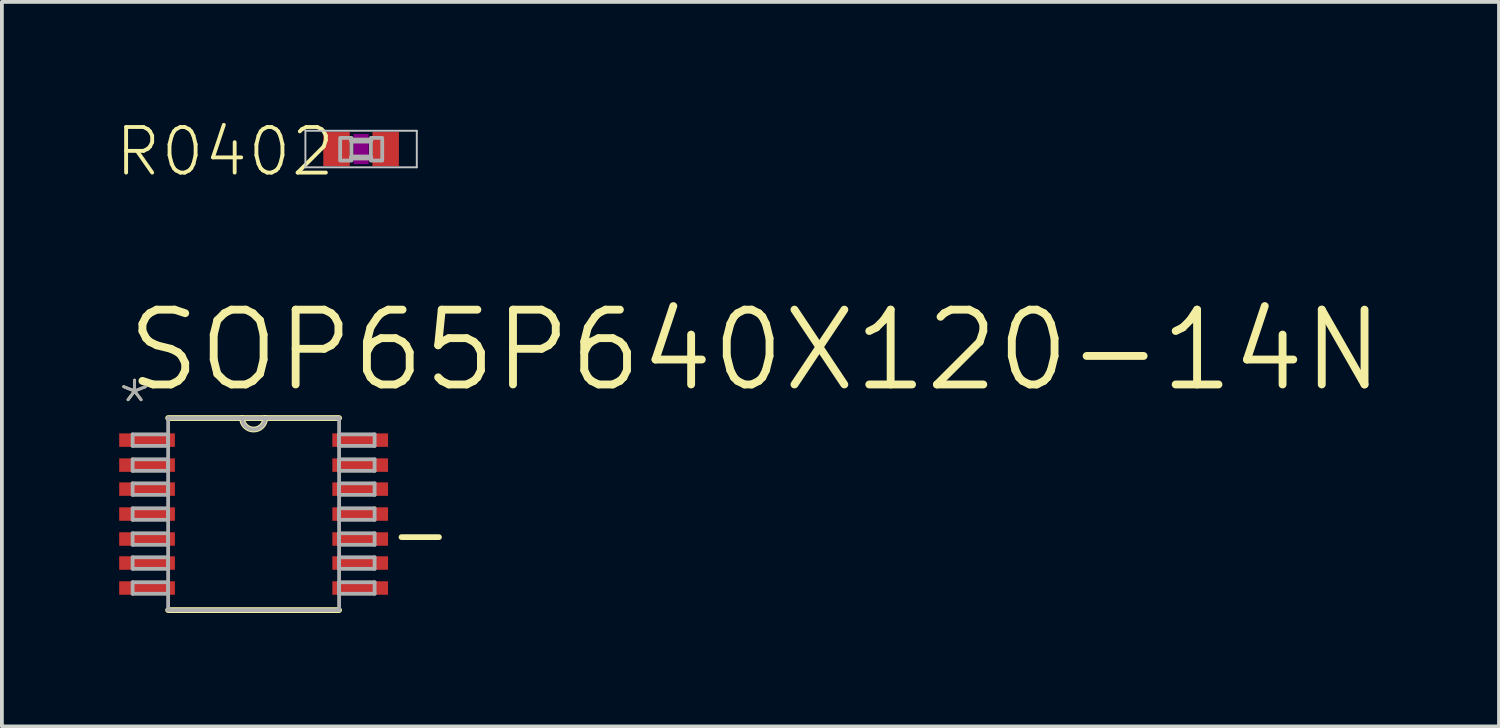
<source format=kicad_pcb>
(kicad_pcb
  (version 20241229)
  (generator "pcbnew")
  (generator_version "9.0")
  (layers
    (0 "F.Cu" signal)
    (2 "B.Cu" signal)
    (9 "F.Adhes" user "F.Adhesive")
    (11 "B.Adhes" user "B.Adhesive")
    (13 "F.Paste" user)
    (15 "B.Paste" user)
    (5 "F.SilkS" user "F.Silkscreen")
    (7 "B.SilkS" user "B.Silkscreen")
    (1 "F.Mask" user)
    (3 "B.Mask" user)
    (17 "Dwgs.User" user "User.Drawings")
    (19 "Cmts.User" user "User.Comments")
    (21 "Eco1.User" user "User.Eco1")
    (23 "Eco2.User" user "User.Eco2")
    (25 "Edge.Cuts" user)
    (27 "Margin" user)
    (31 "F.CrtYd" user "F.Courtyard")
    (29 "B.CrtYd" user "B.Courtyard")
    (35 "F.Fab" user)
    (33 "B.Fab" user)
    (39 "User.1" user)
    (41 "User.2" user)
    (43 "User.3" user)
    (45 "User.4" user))
  (footprint "R0402"
    (layer "F.Cu")
    (at 6.501 0.892)
    (property "Reference" "R0402" (at -0.635 -0.635 0) (layer "F.SilkS") (effects (font (size 1.206 1.206) (thickness 0.102)) (justify right top)))
    (attr through_hole)
    (fp_poly (pts (xy -0.2 0.4) (xy 0.2 0.4) (xy 0.2 -0.4) (xy -0.2 -0.4)) (stroke (width 0) (type solid)) (fill yes) (layer "F.Adhes"))
    (fp_line (start -1.473 -0.483) (end 1.473 -0.483) (stroke (width 0.051) (type solid)) (layer "Dwgs.User"))
    (fp_line (start -1.473 0.483) (end -1.473 -0.483) (stroke (width 0.051) (type solid)) (layer "Dwgs.User"))
    (fp_line (start 1.473 -0.483) (end 1.473 0.483) (stroke (width 0.051) (type solid)) (layer "Dwgs.User"))
    (fp_line (start 1.473 0.483) (end -1.473 0.483) (stroke (width 0.051) (type solid)) (layer "Dwgs.User"))
    (fp_line (start -0.245 -0.224) (end 0.245 -0.224) (stroke (width 0.152) (type solid)) (layer "F.Fab"))
    (fp_line (start 0.245 0.224) (end -0.245 0.224) (stroke (width 0.152) (type solid)) (layer "F.Fab"))
    (fp_poly (pts (xy -0.554 0.305) (xy -0.254 0.305) (xy -0.254 -0.295) (xy -0.554 -0.295)) (stroke (width 0.1) (type solid)) (fill no) (layer "F.Fab"))
    (fp_poly (pts (xy 0.259 0.305) (xy 0.559 0.305) (xy 0.559 -0.295) (xy 0.259 -0.295)) (stroke (width 0.1) (type solid)) (fill no) (layer "F.Fab"))
    (pad "1" smd rect (at -0.65 0) (size 0.7 0.9) (layers "F.Cu" "F.Mask" "F.Paste"))
    (pad "2" smd rect (at 0.65 0) (size 0.7 0.9) (layers "F.Cu" "F.Mask" "F.Paste")))
  (footprint "SOP65P640X120-14N"
    (layer "F.Cu")
    (at 3.658 10.547)
    (property "Reference" "SOP65P640X120-14N" (at -3.454 -3.175 0) (layer "F.SilkS") (effects (font (size 1.979 1.979) (thickness 0.208)) (justify left bottom)))
    (attr through_hole)
    (fp_line (start -2.261 2.54) (end 2.261 2.54) (stroke (width 0.152) (type solid)) (layer "F.SilkS"))
    (fp_line (start -0.305 -2.54) (end -2.261 -2.54) (stroke (width 0.152) (type solid)) (layer "F.SilkS"))
    (fp_line (start 0.305 -2.54) (end -0.305 -2.54) (stroke (width 0.152) (type solid)) (layer "F.SilkS"))
    (fp_line (start 2.261 -2.54) (end 0.305 -2.54) (stroke (width 0.152) (type solid)) (layer "F.SilkS"))
    (fp_line (start 3.912 0.61) (end 4.902 0.61) (stroke (width 0.152) (type solid)) (layer "F.SilkS"))
    (fp_arc (start 0.3048 -2.54) (mid 0 -2.2352) (end -0.3048 -2.54) (stroke (width 0.1524) (type solid)) (layer "F.SilkS"))
    (fp_line (start -3.2 -2.108) (end -3.2 -1.803) (stroke (width 0.1) (type solid)) (layer "F.Fab"))
    (fp_line (start -3.2 -1.803) (end -2.261 -1.803) (stroke (width 0.1) (type solid)) (layer "F.Fab"))
    (fp_line (start -3.2 -1.448) (end -3.2 -1.143) (stroke (width 0.1) (type solid)) (layer "F.Fab"))
    (fp_line (start -3.2 -1.143) (end -2.261 -1.143) (stroke (width 0.1) (type solid)) (layer "F.Fab"))
    (fp_line (start -3.2 -0.813) (end -3.2 -0.508) (stroke (width 0.1) (type solid)) (layer "F.Fab"))
    (fp_line (start -3.2 -0.508) (end -2.261 -0.508) (stroke (width 0.1) (type solid)) (layer "F.Fab"))
    (fp_line (start -3.2 -0.152) (end -3.2 0.152) (stroke (width 0.1) (type solid)) (layer "F.Fab"))
    (fp_line (start -3.2 0.152) (end -2.261 0.152) (stroke (width 0.1) (type solid)) (layer "F.Fab"))
    (fp_line (start -3.2 0.508) (end -3.2 0.813) (stroke (width 0.1) (type solid)) (layer "F.Fab"))
    (fp_line (start -3.2 0.813) (end -2.261 0.813) (stroke (width 0.1) (type solid)) (layer "F.Fab"))
    (fp_line (start -3.2 1.143) (end -3.2 1.448) (stroke (width 0.1) (type solid)) (layer "F.Fab"))
    (fp_line (start -3.2 1.448) (end -2.261 1.448) (stroke (width 0.1) (type solid)) (layer "F.Fab"))
    (fp_line (start -3.2 1.803) (end -3.2 2.108) (stroke (width 0.1) (type solid)) (layer "F.Fab"))
    (fp_line (start -3.2 2.108) (end -2.261 2.108) (stroke (width 0.1) (type solid)) (layer "F.Fab"))
    (fp_line (start -2.261 -2.54) (end -2.261 2.54) (stroke (width 0.1) (type solid)) (layer "F.Fab"))
    (fp_line (start -2.261 -2.108) (end -3.2 -2.108) (stroke (width 0.1) (type solid)) (layer "F.Fab"))
    (fp_line (start -2.261 -1.803) (end -2.261 -2.108) (stroke (width 0.1) (type solid)) (layer "F.Fab"))
    (fp_line (start -2.261 -1.448) (end -3.2 -1.448) (stroke (width 0.1) (type solid)) (layer "F.Fab"))
    (fp_line (start -2.261 -1.143) (end -2.261 -1.448) (stroke (width 0.1) (type solid)) (layer "F.Fab"))
    (fp_line (start -2.261 -0.813) (end -3.2 -0.813) (stroke (width 0.1) (type solid)) (layer "F.Fab"))
    (fp_line (start -2.261 -0.508) (end -2.261 -0.813) (stroke (width 0.1) (type solid)) (layer "F.Fab"))
    (fp_line (start -2.261 -0.152) (end -3.2 -0.152) (stroke (width 0.1) (type solid)) (layer "F.Fab"))
    (fp_line (start -2.261 0.152) (end -2.261 -0.152) (stroke (width 0.1) (type solid)) (layer "F.Fab"))
    (fp_line (start -2.261 0.508) (end -3.2 0.508) (stroke (width 0.1) (type solid)) (layer "F.Fab"))
    (fp_line (start -2.261 0.813) (end -2.261 0.508) (stroke (width 0.1) (type solid)) (layer "F.Fab"))
    (fp_line (start -2.261 1.143) (end -3.2 1.143) (stroke (width 0.1) (type solid)) (layer "F.Fab"))
    (fp_line (start -2.261 1.448) (end -2.261 1.143) (stroke (width 0.1) (type solid)) (layer "F.Fab"))
    (fp_line (start -2.261 1.803) (end -3.2 1.803) (stroke (width 0.1) (type solid)) (layer "F.Fab"))
    (fp_line (start -2.261 2.108) (end -2.261 1.803) (stroke (width 0.1) (type solid)) (layer "F.Fab"))
    (fp_line (start -2.261 2.54) (end 2.261 2.54) (stroke (width 0.1) (type solid)) (layer "F.Fab"))
    (fp_line (start -0.305 -2.54) (end -2.261 -2.54) (stroke (width 0.1) (type solid)) (layer "F.Fab"))
    (fp_line (start 0.305 -2.54) (end -0.305 -2.54) (stroke (width 0.1) (type solid)) (layer "F.Fab"))
    (fp_line (start 2.261 -2.54) (end 0.305 -2.54) (stroke (width 0.1) (type solid)) (layer "F.Fab"))
    (fp_line (start 2.261 -2.108) (end 2.261 -1.803) (stroke (width 0.1) (type solid)) (layer "F.Fab"))
    (fp_line (start 2.261 -1.803) (end 3.2 -1.803) (stroke (width 0.1) (type solid)) (layer "F.Fab"))
    (fp_line (start 2.261 -1.448) (end 2.261 -1.143) (stroke (width 0.1) (type solid)) (layer "F.Fab"))
    (fp_line (start 2.261 -1.143) (end 3.2 -1.143) (stroke (width 0.1) (type solid)) (layer "F.Fab"))
    (fp_line (start 2.261 -0.813) (end 2.261 -0.508) (stroke (width 0.1) (type solid)) (layer "F.Fab"))
    (fp_line (start 2.261 -0.508) (end 3.2 -0.508) (stroke (width 0.1) (type solid)) (layer "F.Fab"))
    (fp_line (start 2.261 -0.152) (end 2.261 0.152) (stroke (width 0.1) (type solid)) (layer "F.Fab"))
    (fp_line (start 2.261 0.152) (end 3.2 0.152) (stroke (width 0.1) (type solid)) (layer "F.Fab"))
    (fp_line (start 2.261 0.508) (end 2.261 0.813) (stroke (width 0.1) (type solid)) (layer "F.Fab"))
    (fp_line (start 2.261 0.813) (end 3.2 0.813) (stroke (width 0.1) (type solid)) (layer "F.Fab"))
    (fp_line (start 2.261 1.143) (end 2.261 1.448) (stroke (width 0.1) (type solid)) (layer "F.Fab"))
    (fp_line (start 2.261 1.448) (end 3.2 1.448) (stroke (width 0.1) (type solid)) (layer "F.Fab"))
    (fp_line (start 2.261 1.803) (end 2.261 2.108) (stroke (width 0.1) (type solid)) (layer "F.Fab"))
    (fp_line (start 2.261 2.108) (end 3.2 2.108) (stroke (width 0.1) (type solid)) (layer "F.Fab"))
    (fp_line (start 2.261 2.54) (end 2.261 -2.54) (stroke (width 0.1) (type solid)) (layer "F.Fab"))
    (fp_line (start 3.2 -2.108) (end 2.261 -2.108) (stroke (width 0.1) (type solid)) (layer "F.Fab"))
    (fp_line (start 3.2 -1.803) (end 3.2 -2.108) (stroke (width 0.1) (type solid)) (layer "F.Fab"))
    (fp_line (start 3.2 -1.448) (end 2.261 -1.448) (stroke (width 0.1) (type solid)) (layer "F.Fab"))
    (fp_line (start 3.2 -1.143) (end 3.2 -1.448) (stroke (width 0.1) (type solid)) (layer "F.Fab"))
    (fp_line (start 3.2 -0.813) (end 2.261 -0.813) (stroke (width 0.1) (type solid)) (layer "F.Fab"))
    (fp_line (start 3.2 -0.508) (end 3.2 -0.813) (stroke (width 0.1) (type solid)) (layer "F.Fab"))
    (fp_line (start 3.2 -0.152) (end 2.261 -0.152) (stroke (width 0.1) (type solid)) (layer "F.Fab"))
    (fp_line (start 3.2 0.152) (end 3.2 -0.152) (stroke (width 0.1) (type solid)) (layer "F.Fab"))
    (fp_line (start 3.2 0.508) (end 2.261 0.508) (stroke (width 0.1) (type solid)) (layer "F.Fab"))
    (fp_line (start 3.2 0.813) (end 3.2 0.508) (stroke (width 0.1) (type solid)) (layer "F.Fab"))
    (fp_line (start 3.2 1.143) (end 2.261 1.143) (stroke (width 0.1) (type solid)) (layer "F.Fab"))
    (fp_line (start 3.2 1.448) (end 3.2 1.143) (stroke (width 0.1) (type solid)) (layer "F.Fab"))
    (fp_line (start 3.2 1.803) (end 2.261 1.803) (stroke (width 0.1) (type solid)) (layer "F.Fab"))
    (fp_line (start 3.2 2.108) (end 3.2 1.803) (stroke (width 0.1) (type solid)) (layer "F.Fab"))
    (fp_arc (start 0.3048 -2.54) (mid 0 -2.2352) (end -0.3048 -2.54) (stroke (width 0.1) (type solid)) (layer "F.Fab"))
    (fp_text user "*" (at -3.658 -2.184 0) (layer "F.SilkS") (effects (font (size 1.206 1.206) (thickness 0.076)) (justify left bottom)))
    (fp_text user "*" (at -3.658 -2.184 0) (layer "F.Fab") (effects (font (size 1.206 1.206) (thickness 0.076)) (justify left bottom)))
    (pad "1" smd rect (at -2.819 -1.956) (size 1.473 0.356) (layers "F.Cu" "F.Mask" "F.Paste"))
    (pad "2" smd rect (at -2.819 -1.295) (size 1.473 0.356) (layers "F.Cu" "F.Mask" "F.Paste"))
    (pad "3" smd rect (at -2.819 -0.66) (size 1.473 0.356) (layers "F.Cu" "F.Mask" "F.Paste"))
    (pad "4" smd rect (at -2.819 0) (size 1.473 0.356) (layers "F.Cu" "F.Mask" "F.Paste"))
    (pad "5" smd rect (at -2.819 0.66) (size 1.473 0.356) (layers "F.Cu" "F.Mask" "F.Paste"))
    (pad "6" smd rect (at -2.819 1.295) (size 1.473 0.356) (layers "F.Cu" "F.Mask" "F.Paste"))
    (pad "7" smd rect (at -2.819 1.956) (size 1.473 0.356) (layers "F.Cu" "F.Mask" "F.Paste"))
    (pad "8" smd rect (at 2.819 1.956) (size 1.473 0.356) (layers "F.Cu" "F.Mask" "F.Paste"))
    (pad "9" smd rect (at 2.819 1.295) (size 1.473 0.356) (layers "F.Cu" "F.Mask" "F.Paste"))
    (pad "10" smd rect (at 2.819 0.66) (size 1.473 0.356) (layers "F.Cu" "F.Mask" "F.Paste"))
    (pad "11" smd rect (at 2.819 0) (size 1.473 0.356) (layers "F.Cu" "F.Mask" "F.Paste"))
    (pad "12" smd rect (at 2.819 -0.66) (size 1.473 0.356) (layers "F.Cu" "F.Mask" "F.Paste"))
    (pad "13" smd rect (at 2.819 -1.295) (size 1.473 0.356) (layers "F.Cu" "F.Mask" "F.Paste"))
    (pad "14" smd rect (at 2.819 -1.956) (size 1.473 0.356) (layers "F.Cu" "F.Mask" "F.Paste")))
  (gr_rect
    (start -3 -3)
    (end 36.598 16.163)
    (stroke (width 0.1) (type default))
    (fill no)
    (layer "Edge.Cuts")))
</source>
